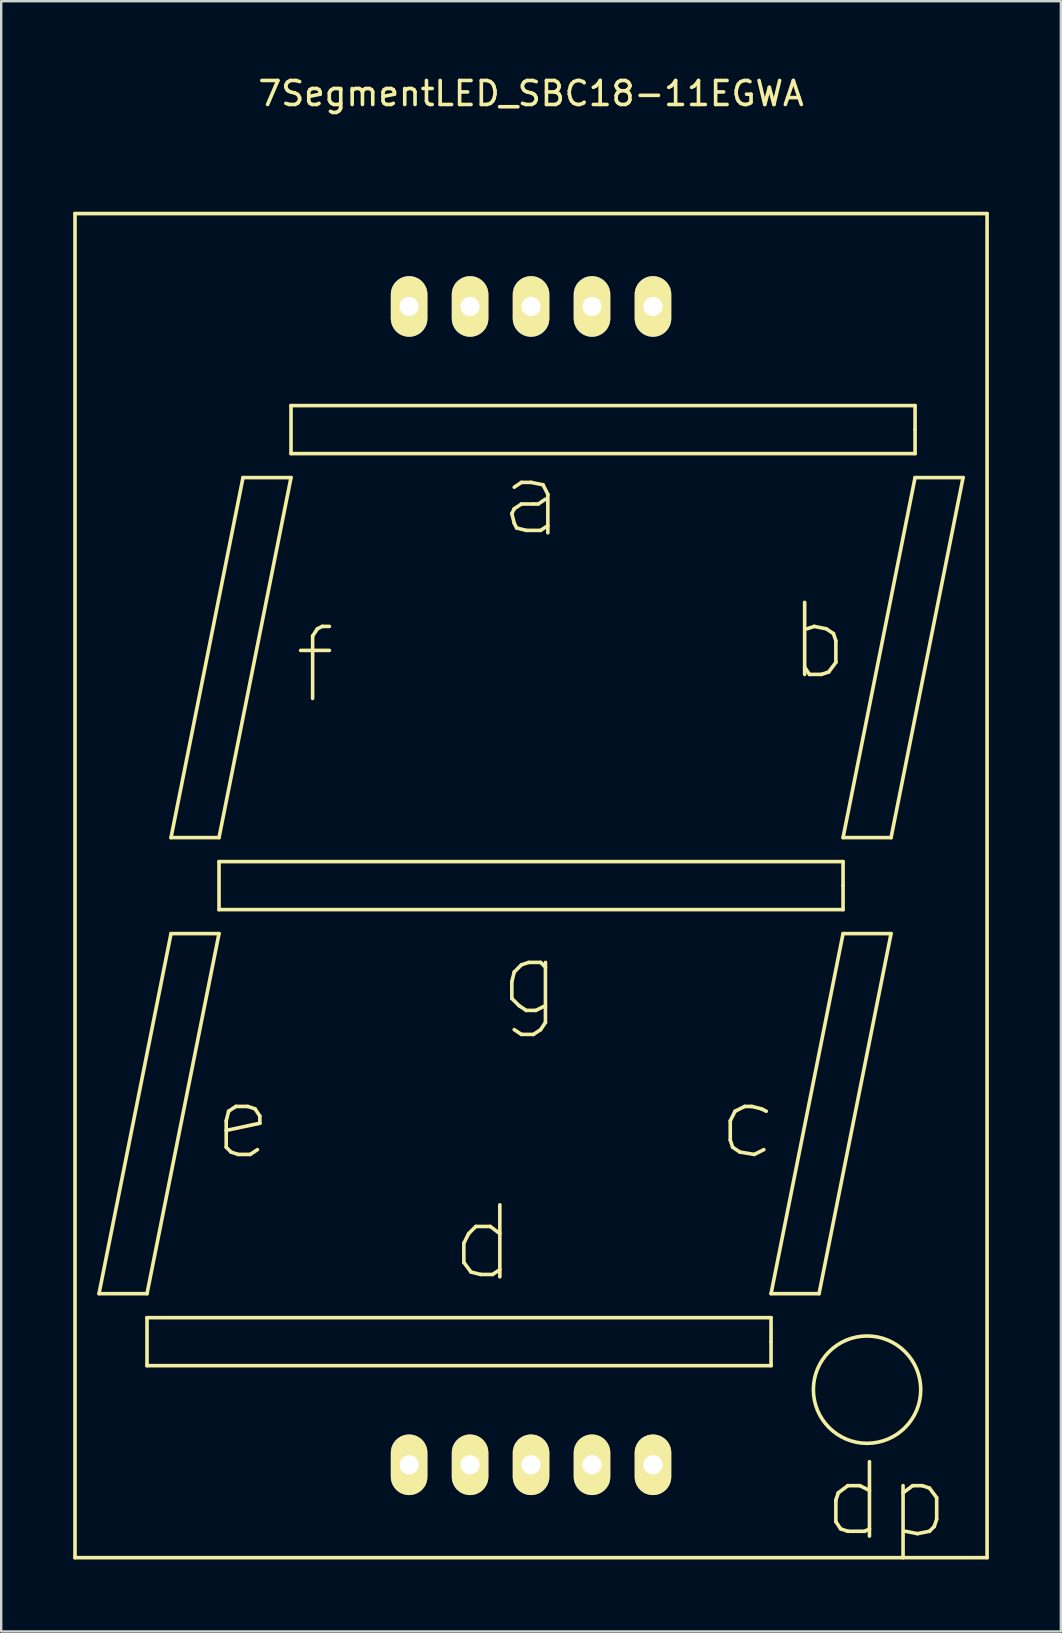
<source format=kicad_pcb>
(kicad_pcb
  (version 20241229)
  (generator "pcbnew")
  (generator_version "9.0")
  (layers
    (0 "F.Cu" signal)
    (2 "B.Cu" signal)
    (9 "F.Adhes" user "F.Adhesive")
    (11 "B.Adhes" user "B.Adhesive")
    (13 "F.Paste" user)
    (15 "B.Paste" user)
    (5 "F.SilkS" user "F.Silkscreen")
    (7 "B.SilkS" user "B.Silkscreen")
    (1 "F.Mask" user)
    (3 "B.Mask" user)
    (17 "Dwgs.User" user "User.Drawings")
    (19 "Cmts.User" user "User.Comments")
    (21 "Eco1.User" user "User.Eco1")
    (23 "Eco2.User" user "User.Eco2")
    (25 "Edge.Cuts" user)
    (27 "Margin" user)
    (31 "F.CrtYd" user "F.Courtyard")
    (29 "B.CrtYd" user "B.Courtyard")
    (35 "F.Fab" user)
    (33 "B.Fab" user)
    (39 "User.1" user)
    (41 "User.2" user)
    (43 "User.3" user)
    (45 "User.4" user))
  (footprint "7SegmentLED_SBC18-11EGWA"
    (layer "F.Cu")
    (at 19.075 33.848)
    (property "Reference" "7SegmentLED_SBC18-11EGWA" (at 0 -33 0) (layer "F.SilkS") (effects (font (size 1 1) (thickness 0.15))))
    (attr through_hole)
    (fp_line (start -19 -28) (end 19 -28) (stroke (width 0.15) (type solid)) (layer "F.SilkS"))
    (fp_line (start -19 28) (end -19 -28) (stroke (width 0.15) (type solid)) (layer "F.SilkS"))
    (fp_line (start -18 17) (end -16 17) (stroke (width 0.15) (type solid)) (layer "F.SilkS"))
    (fp_line (start -16 17) (end -13 2) (stroke (width 0.15) (type solid)) (layer "F.SilkS"))
    (fp_line (start -16 18) (end -16 20) (stroke (width 0.15) (type solid)) (layer "F.SilkS"))
    (fp_line (start -16 20) (end 10 20) (stroke (width 0.15) (type solid)) (layer "F.SilkS"))
    (fp_line (start -15 -2) (end -13 -2) (stroke (width 0.15) (type solid)) (layer "F.SilkS"))
    (fp_line (start -15 2) (end -18 17) (stroke (width 0.15) (type solid)) (layer "F.SilkS"))
    (fp_line (start -13 -2) (end -10 -17) (stroke (width 0.15) (type solid)) (layer "F.SilkS"))
    (fp_line (start -13 -1) (end -13 1) (stroke (width 0.15) (type solid)) (layer "F.SilkS"))
    (fp_line (start -13 1) (end 13 1) (stroke (width 0.15) (type solid)) (layer "F.SilkS"))
    (fp_line (start -13 2) (end -15 2) (stroke (width 0.15) (type solid)) (layer "F.SilkS"))
    (fp_line (start -12.7 9.8) (end -12.6 9.4) (stroke (width 0.15) (type solid)) (layer "F.SilkS"))
    (fp_line (start -12.7 10.9) (end -12.7 9.8) (stroke (width 0.15) (type solid)) (layer "F.SilkS"))
    (fp_line (start -12.6 9.4) (end -12.3 9.2) (stroke (width 0.15) (type solid)) (layer "F.SilkS"))
    (fp_line (start -12.5 11.1) (end -12.7 10.9) (stroke (width 0.15) (type solid)) (layer "F.SilkS"))
    (fp_line (start -12.3 9.2) (end -11.8 9.2) (stroke (width 0.15) (type solid)) (layer "F.SilkS"))
    (fp_line (start -12.2 11.2) (end -12.5 11.1) (stroke (width 0.15) (type solid)) (layer "F.SilkS"))
    (fp_line (start -12 -17) (end -15 -2) (stroke (width 0.15) (type solid)) (layer "F.SilkS"))
    (fp_line (start -11.8 9.2) (end -11.5 9.3) (stroke (width 0.15) (type solid)) (layer "F.SilkS"))
    (fp_line (start -11.7 11.2) (end -12.2 11.2) (stroke (width 0.15) (type solid)) (layer "F.SilkS"))
    (fp_line (start -11.5 9.3) (end -11.3 9.6) (stroke (width 0.15) (type solid)) (layer "F.SilkS"))
    (fp_line (start -11.4 11) (end -11.7 11.2) (stroke (width 0.15) (type solid)) (layer "F.SilkS"))
    (fp_line (start -11.3 9.6) (end -11.3 9.9) (stroke (width 0.15) (type solid)) (layer "F.SilkS"))
    (fp_line (start -11.3 9.9) (end -12.7 10.2) (stroke (width 0.15) (type solid)) (layer "F.SilkS"))
    (fp_line (start -10 -20) (end -10 -18) (stroke (width 0.15) (type solid)) (layer "F.SilkS"))
    (fp_line (start -10 -18) (end 16 -18) (stroke (width 0.15) (type solid)) (layer "F.SilkS"))
    (fp_line (start -10 -17) (end -12 -17) (stroke (width 0.15) (type solid)) (layer "F.SilkS"))
    (fp_line (start -9.6 -9.8) (end -8.4 -9.8) (stroke (width 0.15) (type solid)) (layer "F.SilkS"))
    (fp_line (start -9.1 -10.4) (end -9.1 -7.8) (stroke (width 0.15) (type solid)) (layer "F.SilkS"))
    (fp_line (start -8.9 -10.7) (end -9.1 -10.4) (stroke (width 0.15) (type solid)) (layer "F.SilkS"))
    (fp_line (start -8.7 -10.8) (end -8.9 -10.7) (stroke (width 0.15) (type solid)) (layer "F.SilkS"))
    (fp_line (start -8.4 -10.8) (end -8.7 -10.8) (stroke (width 0.15) (type solid)) (layer "F.SilkS"))
    (fp_line (start -2.8 14.9) (end -2.6 14.5) (stroke (width 0.15) (type solid)) (layer "F.SilkS"))
    (fp_line (start -2.8 15.7) (end -2.8 14.9) (stroke (width 0.15) (type solid)) (layer "F.SilkS"))
    (fp_line (start -2.6 14.5) (end -2.3 14.2) (stroke (width 0.15) (type solid)) (layer "F.SilkS"))
    (fp_line (start -2.5 16.1) (end -2.8 15.7) (stroke (width 0.15) (type solid)) (layer "F.SilkS"))
    (fp_line (start -2.3 14.2) (end -1.7 14.2) (stroke (width 0.15) (type solid)) (layer "F.SilkS"))
    (fp_line (start -2.1 16.2) (end -2.5 16.1) (stroke (width 0.15) (type solid)) (layer "F.SilkS"))
    (fp_line (start -1.7 14.2) (end -1.3 14.5) (stroke (width 0.15) (type solid)) (layer "F.SilkS"))
    (fp_line (start -1.6 16.2) (end -2.1 16.2) (stroke (width 0.15) (type solid)) (layer "F.SilkS"))
    (fp_line (start -1.3 13.3) (end -1.3 16.3) (stroke (width 0.15) (type solid)) (layer "F.SilkS"))
    (fp_line (start -1.3 16) (end -1.6 16.2) (stroke (width 0.15) (type solid)) (layer "F.SilkS"))
    (fp_line (start -0.8 -15.5) (end -0.7 -15.7) (stroke (width 0.15) (type solid)) (layer "F.SilkS"))
    (fp_line (start -0.8 4) (end -0.8 4.7) (stroke (width 0.15) (type solid)) (layer "F.SilkS"))
    (fp_line (start -0.8 4.7) (end -0.5 5) (stroke (width 0.15) (type solid)) (layer "F.SilkS"))
    (fp_line (start -0.7 -16.6) (end -0.4 -16.8) (stroke (width 0.15) (type solid)) (layer "F.SilkS"))
    (fp_line (start -0.7 -15.7) (end -0.4 -15.9) (stroke (width 0.15) (type solid)) (layer "F.SilkS"))
    (fp_line (start -0.7 -15.1) (end -0.8 -15.5) (stroke (width 0.15) (type solid)) (layer "F.SilkS"))
    (fp_line (start -0.7 3.6) (end -0.8 4) (stroke (width 0.15) (type solid)) (layer "F.SilkS"))
    (fp_line (start -0.7 6) (end -0.4 6.2) (stroke (width 0.15) (type solid)) (layer "F.SilkS"))
    (fp_line (start -0.6 -14.9) (end -0.7 -15.1) (stroke (width 0.15) (type solid)) (layer "F.SilkS"))
    (fp_line (start -0.5 5) (end -0.2 5.2) (stroke (width 0.15) (type solid)) (layer "F.SilkS"))
    (fp_line (start -0.4 -16.8) (end 0 -16.8) (stroke (width 0.15) (type solid)) (layer "F.SilkS"))
    (fp_line (start -0.4 -15.9) (end 0.1 -15.9) (stroke (width 0.15) (type solid)) (layer "F.SilkS"))
    (fp_line (start -0.4 3.3) (end -0.7 3.6) (stroke (width 0.15) (type solid)) (layer "F.SilkS"))
    (fp_line (start -0.4 6.2) (end 0.1 6.2) (stroke (width 0.15) (type solid)) (layer "F.SilkS"))
    (fp_line (start -0.2 -14.8) (end -0.6 -14.9) (stroke (width 0.15) (type solid)) (layer "F.SilkS"))
    (fp_line (start -0.2 5.2) (end 0.2 5.2) (stroke (width 0.15) (type solid)) (layer "F.SilkS"))
    (fp_line (start -0.1 3.2) (end -0.4 3.3) (stroke (width 0.15) (type solid)) (layer "F.SilkS"))
    (fp_line (start 0 -16.8) (end 0.5 -16.7) (stroke (width 0.15) (type solid)) (layer "F.SilkS"))
    (fp_line (start 0.1 -15.9) (end 0.3 -15.9) (stroke (width 0.15) (type solid)) (layer "F.SilkS"))
    (fp_line (start 0.1 6.2) (end 0.4 6) (stroke (width 0.15) (type solid)) (layer "F.SilkS"))
    (fp_line (start 0.2 5.2) (end 0.6 5) (stroke (width 0.15) (type solid)) (layer "F.SilkS"))
    (fp_line (start 0.3 -15.9) (end 0.6 -16.1) (stroke (width 0.15) (type solid)) (layer "F.SilkS"))
    (fp_line (start 0.4 -14.8) (end -0.2 -14.8) (stroke (width 0.15) (type solid)) (layer "F.SilkS"))
    (fp_line (start 0.4 3.2) (end -0.1 3.2) (stroke (width 0.15) (type solid)) (layer "F.SilkS"))
    (fp_line (start 0.4 6) (end 0.6 5.7) (stroke (width 0.15) (type solid)) (layer "F.SilkS"))
    (fp_line (start 0.5 -16.7) (end 0.7 -16.3) (stroke (width 0.15) (type solid)) (layer "F.SilkS"))
    (fp_line (start 0.6 3.4) (end 0.4 3.2) (stroke (width 0.15) (type solid)) (layer "F.SilkS"))
    (fp_line (start 0.6 5.7) (end 0.6 3.2) (stroke (width 0.15) (type solid)) (layer "F.SilkS"))
    (fp_line (start 0.7 -16.3) (end 0.7 -14.7) (stroke (width 0.15) (type solid)) (layer "F.SilkS"))
    (fp_line (start 0.7 -15) (end 0.4 -14.8) (stroke (width 0.15) (type solid)) (layer "F.SilkS"))
    (fp_line (start 8.3 9.8) (end 8.3 10.6) (stroke (width 0.15) (type solid)) (layer "F.SilkS"))
    (fp_line (start 8.3 10.6) (end 8.4 10.9) (stroke (width 0.15) (type solid)) (layer "F.SilkS"))
    (fp_line (start 8.4 10.9) (end 8.7 11.1) (stroke (width 0.15) (type solid)) (layer "F.SilkS"))
    (fp_line (start 8.5 9.4) (end 8.3 9.8) (stroke (width 0.15) (type solid)) (layer "F.SilkS"))
    (fp_line (start 8.7 11.1) (end 9.3 11.2) (stroke (width 0.15) (type solid)) (layer "F.SilkS"))
    (fp_line (start 8.9 9.2) (end 8.5 9.4) (stroke (width 0.15) (type solid)) (layer "F.SilkS"))
    (fp_line (start 9.2 9.2) (end 8.9 9.2) (stroke (width 0.15) (type solid)) (layer "F.SilkS"))
    (fp_line (start 9.3 11.2) (end 9.7 11) (stroke (width 0.15) (type solid)) (layer "F.SilkS"))
    (fp_line (start 9.6 9.3) (end 9.2 9.2) (stroke (width 0.15) (type solid)) (layer "F.SilkS"))
    (fp_line (start 9.8 9.4) (end 9.6 9.3) (stroke (width 0.15) (type solid)) (layer "F.SilkS"))
    (fp_line (start 10 17) (end 12 17) (stroke (width 0.15) (type solid)) (layer "F.SilkS"))
    (fp_line (start 10 18) (end -16 18) (stroke (width 0.15) (type solid)) (layer "F.SilkS"))
    (fp_line (start 10 19) (end 10 18) (stroke (width 0.15) (type solid)) (layer "F.SilkS"))
    (fp_line (start 10 20) (end 10 19) (stroke (width 0.15) (type solid)) (layer "F.SilkS"))
    (fp_line (start 11.4 -11.8) (end 11.4 -8.8) (stroke (width 0.15) (type solid)) (layer "F.SilkS"))
    (fp_line (start 11.4 -9.1) (end 11.6 -8.8) (stroke (width 0.15) (type solid)) (layer "F.SilkS"))
    (fp_line (start 11.6 -8.8) (end 12.1 -8.8) (stroke (width 0.15) (type solid)) (layer "F.SilkS"))
    (fp_line (start 11.8 -10.8) (end 11.5 -10.7) (stroke (width 0.15) (type solid)) (layer "F.SilkS"))
    (fp_line (start 12 17) (end 15 2) (stroke (width 0.15) (type solid)) (layer "F.SilkS"))
    (fp_line (start 12.1 -8.8) (end 12.4 -8.9) (stroke (width 0.15) (type solid)) (layer "F.SilkS"))
    (fp_line (start 12.3 -10.7) (end 11.8 -10.8) (stroke (width 0.15) (type solid)) (layer "F.SilkS"))
    (fp_line (start 12.4 -8.9) (end 12.7 -9.3) (stroke (width 0.15) (type solid)) (layer "F.SilkS"))
    (fp_line (start 12.6 -10.5) (end 12.3 -10.7) (stroke (width 0.15) (type solid)) (layer "F.SilkS"))
    (fp_line (start 12.7 -10.2) (end 12.6 -10.5) (stroke (width 0.15) (type solid)) (layer "F.SilkS"))
    (fp_line (start 12.7 -9.3) (end 12.7 -10.2) (stroke (width 0.15) (type solid)) (layer "F.SilkS"))
    (fp_line (start 12.7 25.6) (end 12.8 25.3) (stroke (width 0.15) (type solid)) (layer "F.SilkS"))
    (fp_line (start 12.7 26.5) (end 12.7 25.6) (stroke (width 0.15) (type solid)) (layer "F.SilkS"))
    (fp_line (start 12.8 25.3) (end 13.2 25) (stroke (width 0.15) (type solid)) (layer "F.SilkS"))
    (fp_line (start 12.9 26.8) (end 12.7 26.5) (stroke (width 0.15) (type solid)) (layer "F.SilkS"))
    (fp_line (start 13 -2) (end 15 -2) (stroke (width 0.15) (type solid)) (layer "F.SilkS"))
    (fp_line (start 13 -1) (end -13 -1) (stroke (width 0.15) (type solid)) (layer "F.SilkS"))
    (fp_line (start 13 0) (end 13 -1) (stroke (width 0.15) (type solid)) (layer "F.SilkS"))
    (fp_line (start 13 1) (end 13 0) (stroke (width 0.15) (type solid)) (layer "F.SilkS"))
    (fp_line (start 13 2) (end 10 17) (stroke (width 0.15) (type solid)) (layer "F.SilkS"))
    (fp_line (start 13.2 25) (end 13.7 25) (stroke (width 0.15) (type solid)) (layer "F.SilkS"))
    (fp_line (start 13.2 26.9) (end 12.9 26.8) (stroke (width 0.15) (type solid)) (layer "F.SilkS"))
    (fp_line (start 13.7 25) (end 14.1 25.2) (stroke (width 0.15) (type solid)) (layer "F.SilkS"))
    (fp_line (start 13.9 26.9) (end 13.2 26.9) (stroke (width 0.15) (type solid)) (layer "F.SilkS"))
    (fp_line (start 14.1 24) (end 14.1 27.1) (stroke (width 0.15) (type solid)) (layer "F.SilkS"))
    (fp_line (start 14.1 26.8) (end 13.9 26.9) (stroke (width 0.15) (type solid)) (layer "F.SilkS"))
    (fp_line (start 15 -2) (end 18 -17) (stroke (width 0.15) (type solid)) (layer "F.SilkS"))
    (fp_line (start 15 2) (end 13 2) (stroke (width 0.15) (type solid)) (layer "F.SilkS"))
    (fp_line (start 15.5 25) (end 15.5 28) (stroke (width 0.15) (type solid)) (layer "F.SilkS"))
    (fp_line (start 15.5 25.3) (end 15.9 25) (stroke (width 0.15) (type solid)) (layer "F.SilkS"))
    (fp_line (start 15.9 25) (end 16.3 25) (stroke (width 0.15) (type solid)) (layer "F.SilkS"))
    (fp_line (start 16 -20) (end -10 -20) (stroke (width 0.15) (type solid)) (layer "F.SilkS"))
    (fp_line (start 16 -19) (end 16 -20) (stroke (width 0.15) (type solid)) (layer "F.SilkS"))
    (fp_line (start 16 -18) (end 16 -19) (stroke (width 0.15) (type solid)) (layer "F.SilkS"))
    (fp_line (start 16 -17) (end 13 -2) (stroke (width 0.15) (type solid)) (layer "F.SilkS"))
    (fp_line (start 16.1 27) (end 15.6 26.9) (stroke (width 0.15) (type solid)) (layer "F.SilkS"))
    (fp_line (start 16.3 25) (end 16.6 25.1) (stroke (width 0.15) (type solid)) (layer "F.SilkS"))
    (fp_line (start 16.6 25.1) (end 16.9 25.5) (stroke (width 0.15) (type solid)) (layer "F.SilkS"))
    (fp_line (start 16.6 26.9) (end 16.1 27) (stroke (width 0.15) (type solid)) (layer "F.SilkS"))
    (fp_line (start 16.8 26.7) (end 16.6 26.9) (stroke (width 0.15) (type solid)) (layer "F.SilkS"))
    (fp_line (start 16.9 25.5) (end 16.9 26.4) (stroke (width 0.15) (type solid)) (layer "F.SilkS"))
    (fp_line (start 16.9 26.4) (end 16.8 26.7) (stroke (width 0.15) (type solid)) (layer "F.SilkS"))
    (fp_line (start 18 -17) (end 16 -17) (stroke (width 0.15) (type solid)) (layer "F.SilkS"))
    (fp_line (start 19 -28) (end 19 28) (stroke (width 0.15) (type solid)) (layer "F.SilkS"))
    (fp_line (start 19 28) (end -19 28) (stroke (width 0.15) (type solid)) (layer "F.SilkS"))
    (fp_circle (center 14 21) (end 16 22) (stroke (width 0.15) (type solid)) (fill no) (layer "F.SilkS"))
    (pad "1" thru_hole oval (at -5.08 24.13) (size 1.524 2.524) (drill 0.8) (layers "*.Cu" "*.Mask" "F.SilkS"))
    (pad "2" thru_hole oval (at -2.54 24.13) (size 1.524 2.524) (drill 0.8) (layers "*.Cu" "*.Mask" "F.SilkS"))
    (pad "3" thru_hole oval (at 0 24.13) (size 1.524 2.524) (drill 0.8) (layers "*.Cu" "*.Mask" "F.SilkS"))
    (pad "4" thru_hole oval (at 2.54 24.13) (size 1.524 2.524) (drill 0.8) (layers "*.Cu" "*.Mask" "F.SilkS"))
    (pad "5" thru_hole oval (at 5.08 24.13) (size 1.524 2.524) (drill 0.8) (layers "*.Cu" "*.Mask" "F.SilkS"))
    (pad "6" thru_hole oval (at 5.08 -24.13) (size 1.524 2.524) (drill 0.8) (layers "*.Cu" "*.Mask" "F.SilkS"))
    (pad "7" thru_hole oval (at 2.54 -24.13) (size 1.524 2.524) (drill 0.8) (layers "*.Cu" "*.Mask" "F.SilkS"))
    (pad "8" thru_hole oval (at 0 -24.13) (size 1.524 2.524) (drill 0.8) (layers "*.Cu" "*.Mask" "F.SilkS"))
    (pad "9" thru_hole oval (at -2.54 -24.13) (size 1.524 2.524) (drill 0.8) (layers "*.Cu" "*.Mask" "F.SilkS"))
    (pad "10" thru_hole oval (at -5.08 -24.13) (size 1.524 2.524) (drill 0.8) (layers "*.Cu" "*.Mask" "F.SilkS")))
  (gr_rect
    (start -3 -3)
    (end 41.15 64.923)
    (stroke (width 0.1) (type default))
    (fill no)
    (layer "Edge.Cuts")))
</source>
